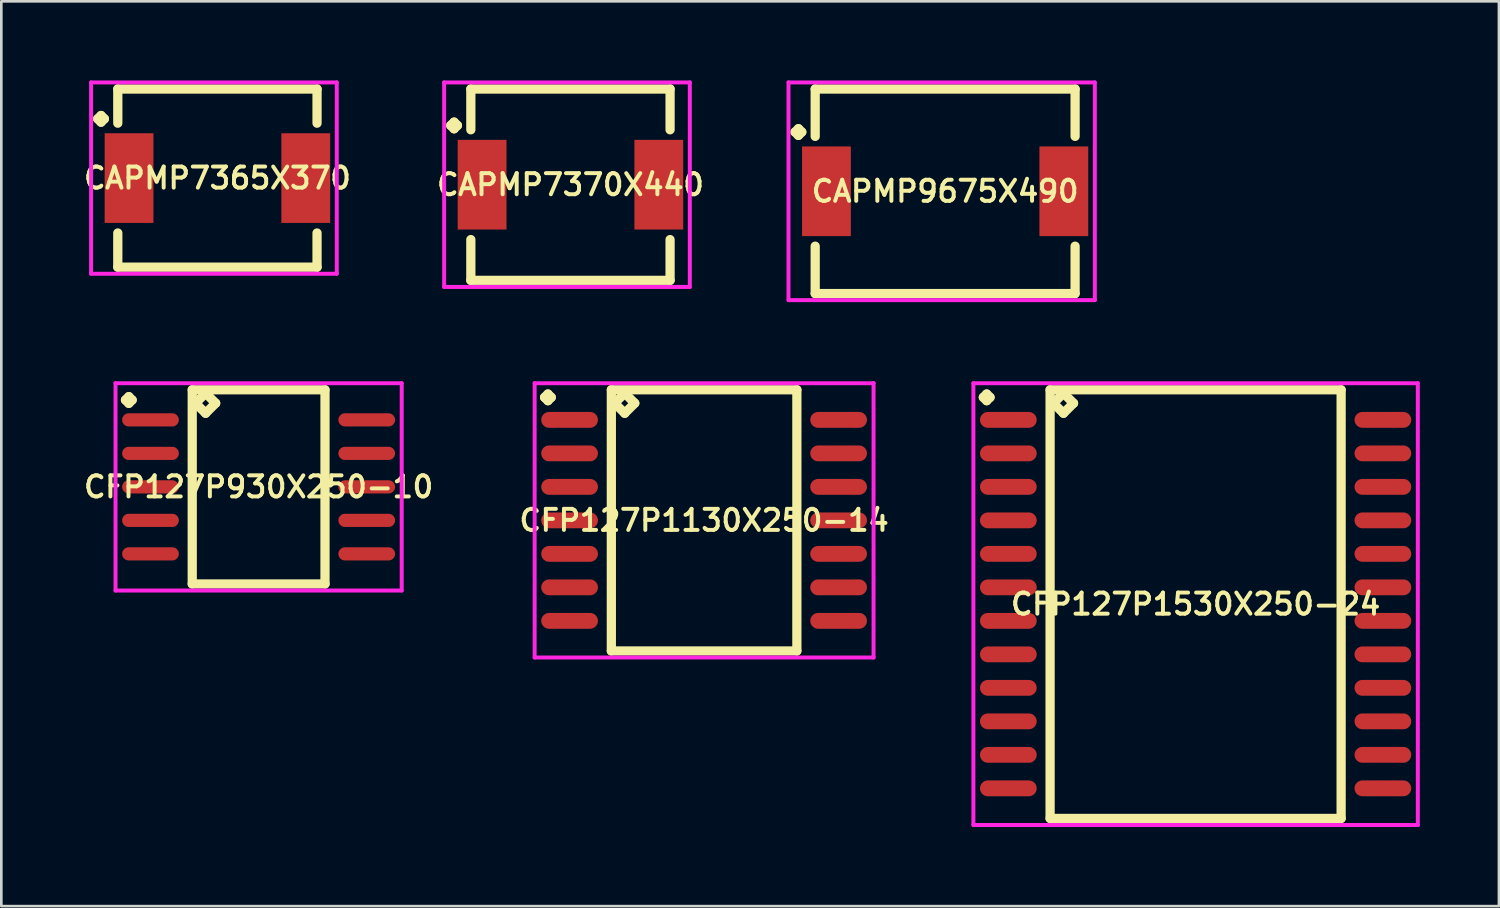
<source format=kicad_pcb>
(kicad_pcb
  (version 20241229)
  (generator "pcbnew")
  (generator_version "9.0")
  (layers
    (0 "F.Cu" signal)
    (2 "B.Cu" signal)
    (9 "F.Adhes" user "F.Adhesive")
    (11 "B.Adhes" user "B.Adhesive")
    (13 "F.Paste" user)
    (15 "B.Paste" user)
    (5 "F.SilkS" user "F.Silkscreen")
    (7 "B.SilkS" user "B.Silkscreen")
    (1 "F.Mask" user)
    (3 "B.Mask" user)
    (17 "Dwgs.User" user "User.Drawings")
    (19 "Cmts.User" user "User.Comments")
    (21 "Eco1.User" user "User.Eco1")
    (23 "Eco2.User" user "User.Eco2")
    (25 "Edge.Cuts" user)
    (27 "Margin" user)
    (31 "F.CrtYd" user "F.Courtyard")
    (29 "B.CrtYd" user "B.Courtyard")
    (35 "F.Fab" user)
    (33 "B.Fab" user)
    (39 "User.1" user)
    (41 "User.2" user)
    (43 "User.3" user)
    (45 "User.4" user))
  (footprint "CFP127P1530X250-24"
    (layer "F.Cu")
    (at 42.28 19.854)
    (property "Reference" "CFP127P1530X250-24" (at 0 0 0) (layer "F.SilkS") (effects (font (size 0.8 0.8) (thickness 0.15))))
    (attr smd)
    (fp_line (start -8.048 -7.839) (end -7.921 -7.966) (stroke (width 0.35) (type solid)) (layer "F.SilkS"))
    (fp_line (start -7.921 -7.966) (end -7.794 -7.839) (stroke (width 0.35) (type solid)) (layer "F.SilkS"))
    (fp_line (start -7.921 -7.712) (end -8.048 -7.839) (stroke (width 0.35) (type solid)) (layer "F.SilkS"))
    (fp_line (start -7.794 -7.839) (end -7.921 -7.712) (stroke (width 0.35) (type solid)) (layer "F.SilkS"))
    (fp_line (start -5.517 -8.125) (end -5.517 8.125) (stroke (width 0.35) (type solid)) (layer "F.SilkS"))
    (fp_line (start -5.517 8.125) (end 5.517 8.125) (stroke (width 0.35) (type solid)) (layer "F.SilkS"))
    (fp_line (start -5.39 -7.617) (end -5.009 -7.998) (stroke (width 0.35) (type solid)) (layer "F.SilkS"))
    (fp_line (start -5.009 -7.998) (end -4.628 -7.617) (stroke (width 0.35) (type solid)) (layer "F.SilkS"))
    (fp_line (start -5.009 -7.236) (end -5.39 -7.617) (stroke (width 0.35) (type solid)) (layer "F.SilkS"))
    (fp_line (start -4.628 -7.617) (end -5.009 -7.236) (stroke (width 0.35) (type solid)) (layer "F.SilkS"))
    (fp_line (start 5.517 -8.125) (end -5.517 -8.125) (stroke (width 0.35) (type solid)) (layer "F.SilkS"))
    (fp_line (start 5.517 8.125) (end 5.517 -8.125) (stroke (width 0.35) (type solid)) (layer "F.SilkS"))
    (fp_line (start -8.425 -8.375) (end 8.425 -8.375) (stroke (width 0.15) (type solid)) (layer "F.CrtYd"))
    (fp_line (start -8.425 8.375) (end -8.425 -8.375) (stroke (width 0.15) (type solid)) (layer "F.CrtYd"))
    (fp_line (start 8.425 -8.375) (end 8.425 8.375) (stroke (width 0.15) (type solid)) (layer "F.CrtYd"))
    (fp_line (start 8.425 8.375) (end -8.425 8.375) (stroke (width 0.15) (type solid)) (layer "F.CrtYd"))
    (pad "1" smd oval (at -7.1 -6.985) (size 2.15 0.6) (layers "F.Cu" "F.Mask" "F.Paste"))
    (pad "2" smd oval (at -7.1 -5.715) (size 2.15 0.6) (layers "F.Cu" "F.Mask" "F.Paste"))
    (pad "3" smd oval (at -7.1 -4.445) (size 2.15 0.6) (layers "F.Cu" "F.Mask" "F.Paste"))
    (pad "4" smd oval (at -7.1 -3.175) (size 2.15 0.6) (layers "F.Cu" "F.Mask" "F.Paste"))
    (pad "5" smd oval (at -7.1 -1.905) (size 2.15 0.6) (layers "F.Cu" "F.Mask" "F.Paste"))
    (pad "6" smd oval (at -7.1 -0.635) (size 2.15 0.6) (layers "F.Cu" "F.Mask" "F.Paste"))
    (pad "7" smd oval (at -7.1 0.635) (size 2.15 0.6) (layers "F.Cu" "F.Mask" "F.Paste"))
    (pad "8" smd oval (at -7.1 1.905) (size 2.15 0.6) (layers "F.Cu" "F.Mask" "F.Paste"))
    (pad "9" smd oval (at -7.1 3.175) (size 2.15 0.6) (layers "F.Cu" "F.Mask" "F.Paste"))
    (pad "10" smd oval (at -7.1 4.445) (size 2.15 0.6) (layers "F.Cu" "F.Mask" "F.Paste"))
    (pad "11" smd oval (at -7.1 5.715) (size 2.15 0.6) (layers "F.Cu" "F.Mask" "F.Paste"))
    (pad "12" smd oval (at -7.1 6.985) (size 2.15 0.6) (layers "F.Cu" "F.Mask" "F.Paste"))
    (pad "13" smd oval (at 7.1 6.985) (size 2.15 0.6) (layers "F.Cu" "F.Mask" "F.Paste"))
    (pad "14" smd oval (at 7.1 5.715) (size 2.15 0.6) (layers "F.Cu" "F.Mask" "F.Paste"))
    (pad "15" smd oval (at 7.1 4.445) (size 2.15 0.6) (layers "F.Cu" "F.Mask" "F.Paste"))
    (pad "16" smd oval (at 7.1 3.175) (size 2.15 0.6) (layers "F.Cu" "F.Mask" "F.Paste"))
    (pad "17" smd oval (at 7.1 1.905) (size 2.15 0.6) (layers "F.Cu" "F.Mask" "F.Paste"))
    (pad "18" smd oval (at 7.1 0.635) (size 2.15 0.6) (layers "F.Cu" "F.Mask" "F.Paste"))
    (pad "19" smd oval (at 7.1 -0.635) (size 2.15 0.6) (layers "F.Cu" "F.Mask" "F.Paste"))
    (pad "20" smd oval (at 7.1 -1.905) (size 2.15 0.6) (layers "F.Cu" "F.Mask" "F.Paste"))
    (pad "21" smd oval (at 7.1 -3.175) (size 2.15 0.6) (layers "F.Cu" "F.Mask" "F.Paste"))
    (pad "22" smd oval (at 7.1 -4.445) (size 2.15 0.6) (layers "F.Cu" "F.Mask" "F.Paste"))
    (pad "23" smd oval (at 7.1 -5.715) (size 2.15 0.6) (layers "F.Cu" "F.Mask" "F.Paste"))
    (pad "24" smd oval (at 7.1 -6.985) (size 2.15 0.6) (layers "F.Cu" "F.Mask" "F.Paste")))
  (footprint "CFP127P930X250-10"
    (layer "F.Cu")
    (at 6.755 15.409)
    (property "Reference" "CFP127P930X250-10" (at 0 0 0) (layer "F.SilkS") (effects (font (size 0.8 0.8) (thickness 0.15))))
    (attr smd)
    (fp_line (start -5.048 -3.294) (end -4.921 -3.421) (stroke (width 0.35) (type solid)) (layer "F.SilkS"))
    (fp_line (start -4.921 -3.421) (end -4.794 -3.294) (stroke (width 0.35) (type solid)) (layer "F.SilkS"))
    (fp_line (start -4.921 -3.167) (end -5.048 -3.294) (stroke (width 0.35) (type solid)) (layer "F.SilkS"))
    (fp_line (start -4.794 -3.294) (end -4.921 -3.167) (stroke (width 0.35) (type solid)) (layer "F.SilkS"))
    (fp_line (start -2.517 -3.68) (end -2.517 3.68) (stroke (width 0.35) (type solid)) (layer "F.SilkS"))
    (fp_line (start -2.517 3.68) (end 2.517 3.68) (stroke (width 0.35) (type solid)) (layer "F.SilkS"))
    (fp_line (start -2.39 -3.172) (end -2.009 -3.553) (stroke (width 0.35) (type solid)) (layer "F.SilkS"))
    (fp_line (start -2.009 -3.553) (end -1.628 -3.172) (stroke (width 0.35) (type solid)) (layer "F.SilkS"))
    (fp_line (start -2.009 -2.791) (end -2.39 -3.172) (stroke (width 0.35) (type solid)) (layer "F.SilkS"))
    (fp_line (start -1.628 -3.172) (end -2.009 -2.791) (stroke (width 0.35) (type solid)) (layer "F.SilkS"))
    (fp_line (start 2.517 -3.68) (end -2.517 -3.68) (stroke (width 0.35) (type solid)) (layer "F.SilkS"))
    (fp_line (start 2.517 3.68) (end 2.517 -3.68) (stroke (width 0.35) (type solid)) (layer "F.SilkS"))
    (fp_line (start -5.425 -3.93) (end 5.425 -3.93) (stroke (width 0.15) (type solid)) (layer "F.CrtYd"))
    (fp_line (start -5.425 3.93) (end -5.425 -3.93) (stroke (width 0.15) (type solid)) (layer "F.CrtYd"))
    (fp_line (start 5.425 -3.93) (end 5.425 3.93) (stroke (width 0.15) (type solid)) (layer "F.CrtYd"))
    (fp_line (start 5.425 3.93) (end -5.425 3.93) (stroke (width 0.15) (type solid)) (layer "F.CrtYd"))
    (pad "1" smd oval (at -4.1 -2.54) (size 2.15 0.5) (layers "F.Cu" "F.Mask" "F.Paste"))
    (pad "2" smd oval (at -4.1 -1.27) (size 2.15 0.5) (layers "F.Cu" "F.Mask" "F.Paste"))
    (pad "3" smd oval (at -4.1 0) (size 2.15 0.5) (layers "F.Cu" "F.Mask" "F.Paste"))
    (pad "4" smd oval (at -4.1 1.27) (size 2.15 0.5) (layers "F.Cu" "F.Mask" "F.Paste"))
    (pad "5" smd oval (at -4.1 2.54) (size 2.15 0.5) (layers "F.Cu" "F.Mask" "F.Paste"))
    (pad "6" smd oval (at 4.1 2.54) (size 2.15 0.5) (layers "F.Cu" "F.Mask" "F.Paste"))
    (pad "7" smd oval (at 4.1 1.27) (size 2.15 0.5) (layers "F.Cu" "F.Mask" "F.Paste"))
    (pad "8" smd oval (at 4.1 0) (size 2.15 0.5) (layers "F.Cu" "F.Mask" "F.Paste"))
    (pad "9" smd oval (at 4.1 -1.27) (size 2.15 0.5) (layers "F.Cu" "F.Mask" "F.Paste"))
    (pad "10" smd oval (at 4.1 -2.54) (size 2.15 0.5) (layers "F.Cu" "F.Mask" "F.Paste")))
  (footprint "CFP127P1130X250-14"
    (layer "F.Cu")
    (at 23.645 16.679)
    (property "Reference" "CFP127P1130X250-14" (at 0 0 0) (layer "F.SilkS") (effects (font (size 0.8 0.8) (thickness 0.15))))
    (attr through_hole)
    (fp_line (start -6.048 -4.664) (end -5.921 -4.791) (stroke (width 0.35) (type solid)) (layer "F.SilkS"))
    (fp_line (start -5.921 -4.791) (end -5.794 -4.664) (stroke (width 0.35) (type solid)) (layer "F.SilkS"))
    (fp_line (start -5.921 -4.537) (end -6.048 -4.664) (stroke (width 0.35) (type solid)) (layer "F.SilkS"))
    (fp_line (start -5.794 -4.664) (end -5.921 -4.537) (stroke (width 0.35) (type solid)) (layer "F.SilkS"))
    (fp_line (start -3.517 -4.95) (end -3.517 4.95) (stroke (width 0.35) (type solid)) (layer "F.SilkS"))
    (fp_line (start -3.517 4.95) (end 3.517 4.95) (stroke (width 0.35) (type solid)) (layer "F.SilkS"))
    (fp_line (start -3.39 -4.442) (end -3.009 -4.823) (stroke (width 0.35) (type solid)) (layer "F.SilkS"))
    (fp_line (start -3.009 -4.823) (end -2.628 -4.442) (stroke (width 0.35) (type solid)) (layer "F.SilkS"))
    (fp_line (start -3.009 -4.061) (end -3.39 -4.442) (stroke (width 0.35) (type solid)) (layer "F.SilkS"))
    (fp_line (start -2.628 -4.442) (end -3.009 -4.061) (stroke (width 0.35) (type solid)) (layer "F.SilkS"))
    (fp_line (start 3.517 -4.95) (end -3.517 -4.95) (stroke (width 0.35) (type solid)) (layer "F.SilkS"))
    (fp_line (start 3.517 4.95) (end 3.517 -4.95) (stroke (width 0.35) (type solid)) (layer "F.SilkS"))
    (fp_line (start -6.425 -5.2) (end 6.425 -5.2) (stroke (width 0.15) (type solid)) (layer "F.CrtYd"))
    (fp_line (start -6.425 5.2) (end -6.425 -5.2) (stroke (width 0.15) (type solid)) (layer "F.CrtYd"))
    (fp_line (start 6.425 -5.2) (end 6.425 5.2) (stroke (width 0.15) (type solid)) (layer "F.CrtYd"))
    (fp_line (start 6.425 5.2) (end -6.425 5.2) (stroke (width 0.15) (type solid)) (layer "F.CrtYd"))
    (pad "1" smd oval (at -5.1 -3.81) (size 2.15 0.6) (layers "F.Cu" "F.Mask" "F.Paste"))
    (pad "2" smd oval (at -5.1 -2.54) (size 2.15 0.6) (layers "F.Cu" "F.Mask" "F.Paste"))
    (pad "3" smd oval (at -5.1 -1.27) (size 2.15 0.6) (layers "F.Cu" "F.Mask" "F.Paste"))
    (pad "4" smd oval (at -5.1 0) (size 2.15 0.6) (layers "F.Cu" "F.Mask" "F.Paste"))
    (pad "5" smd oval (at -5.1 1.27) (size 2.15 0.6) (layers "F.Cu" "F.Mask" "F.Paste"))
    (pad "6" smd oval (at -5.1 2.54) (size 2.15 0.6) (layers "F.Cu" "F.Mask" "F.Paste"))
    (pad "7" smd oval (at -5.1 3.81) (size 2.15 0.6) (layers "F.Cu" "F.Mask" "F.Paste"))
    (pad "8" smd oval (at 5.1 3.81) (size 2.15 0.6) (layers "F.Cu" "F.Mask" "F.Paste"))
    (pad "9" smd oval (at 5.1 2.54) (size 2.15 0.6) (layers "F.Cu" "F.Mask" "F.Paste"))
    (pad "10" smd oval (at 5.1 1.27) (size 2.15 0.6) (layers "F.Cu" "F.Mask" "F.Paste"))
    (pad "11" smd oval (at 5.1 0) (size 2.15 0.6) (layers "F.Cu" "F.Mask" "F.Paste"))
    (pad "12" smd oval (at 5.1 -1.27) (size 2.15 0.6) (layers "F.Cu" "F.Mask" "F.Paste"))
    (pad "13" smd oval (at 5.1 -2.54) (size 2.15 0.6) (layers "F.Cu" "F.Mask" "F.Paste"))
    (pad "14" smd oval (at 5.1 -3.81) (size 2.15 0.6) (layers "F.Cu" "F.Mask" "F.Paste")))
  (footprint "CAPMP7365X370"
    (layer "F.Cu")
    (at 5.193 3.702)
    (property "Reference" "CAPMP7365X370" (at 0 0 0) (layer "F.SilkS") (effects (font (size 0.8 0.8) (thickness 0.15))))
    (attr smd)
    (fp_line (start -4.539 -2.246) (end -4.412 -2.373) (stroke (width 0.35) (type solid)) (layer "F.SilkS"))
    (fp_line (start -4.412 -2.373) (end -4.285 -2.246) (stroke (width 0.35) (type solid)) (layer "F.SilkS"))
    (fp_line (start -4.412 -2.119) (end -4.539 -2.246) (stroke (width 0.35) (type solid)) (layer "F.SilkS"))
    (fp_line (start -4.285 -2.246) (end -4.412 -2.119) (stroke (width 0.35) (type solid)) (layer "F.SilkS"))
    (fp_line (start -3.777 -3.377) (end 3.777 -3.377) (stroke (width 0.35) (type solid)) (layer "F.SilkS"))
    (fp_line (start -3.777 -2.081) (end -3.777 -3.377) (stroke (width 0.35) (type solid)) (layer "F.SilkS"))
    (fp_line (start -3.777 2.081) (end -3.777 3.377) (stroke (width 0.35) (type solid)) (layer "F.SilkS"))
    (fp_line (start -3.777 3.377) (end 3.777 3.377) (stroke (width 0.35) (type solid)) (layer "F.SilkS"))
    (fp_line (start 3.777 -3.377) (end 3.777 -2.081) (stroke (width 0.35) (type solid)) (layer "F.SilkS"))
    (fp_line (start 3.777 3.377) (end 3.777 2.081) (stroke (width 0.35) (type solid)) (layer "F.SilkS"))
    (fp_line (start -4.789 -3.627) (end 4.525 -3.627) (stroke (width 0.15) (type solid)) (layer "F.CrtYd"))
    (fp_line (start -4.789 3.627) (end -4.789 -3.627) (stroke (width 0.15) (type solid)) (layer "F.CrtYd"))
    (fp_line (start 4.525 -3.627) (end 4.525 3.627) (stroke (width 0.15) (type solid)) (layer "F.CrtYd"))
    (fp_line (start 4.525 3.627) (end -4.789 3.627) (stroke (width 0.15) (type solid)) (layer "F.CrtYd"))
    (pad "1" smd rect (at -3.35 0) (size 1.85 3.4) (layers "F.Cu" "F.Mask" "F.Paste"))
    (pad "2" smd rect (at 3.35 0) (size 1.85 3.4) (layers "F.Cu" "F.Mask" "F.Paste")))
  (footprint "CAPMP9675X490"
    (layer "F.Cu")
    (at 32.784 4.202)
    (property "Reference" "CAPMP9675X490" (at 0 0 0) (layer "F.SilkS") (effects (font (size 0.8 0.8) (thickness 0.15))))
    (attr through_hole)
    (fp_line (start -5.689 -2.246) (end -5.562 -2.373) (stroke (width 0.35) (type solid)) (layer "F.SilkS"))
    (fp_line (start -5.562 -2.373) (end -5.435 -2.246) (stroke (width 0.35) (type solid)) (layer "F.SilkS"))
    (fp_line (start -5.562 -2.119) (end -5.689 -2.246) (stroke (width 0.35) (type solid)) (layer "F.SilkS"))
    (fp_line (start -5.435 -2.246) (end -5.562 -2.119) (stroke (width 0.35) (type solid)) (layer "F.SilkS"))
    (fp_line (start -4.927 -3.877) (end 4.927 -3.877) (stroke (width 0.35) (type solid)) (layer "F.SilkS"))
    (fp_line (start -4.927 -2.081) (end -4.927 -3.877) (stroke (width 0.35) (type solid)) (layer "F.SilkS"))
    (fp_line (start -4.927 2.081) (end -4.927 3.877) (stroke (width 0.35) (type solid)) (layer "F.SilkS"))
    (fp_line (start -4.927 3.877) (end 4.927 3.877) (stroke (width 0.35) (type solid)) (layer "F.SilkS"))
    (fp_line (start 4.927 -3.877) (end 4.927 -2.081) (stroke (width 0.35) (type solid)) (layer "F.SilkS"))
    (fp_line (start 4.927 3.877) (end 4.927 2.081) (stroke (width 0.35) (type solid)) (layer "F.SilkS"))
    (fp_line (start -5.939 -4.127) (end 5.675 -4.127) (stroke (width 0.15) (type solid)) (layer "F.CrtYd"))
    (fp_line (start -5.939 4.127) (end -5.939 -4.127) (stroke (width 0.15) (type solid)) (layer "F.CrtYd"))
    (fp_line (start 5.675 -4.127) (end 5.675 4.127) (stroke (width 0.15) (type solid)) (layer "F.CrtYd"))
    (fp_line (start 5.675 4.127) (end -5.939 4.127) (stroke (width 0.15) (type solid)) (layer "F.CrtYd"))
    (pad "1" smd rect (at -4.5 0) (size 1.85 3.4) (layers "F.Cu" "F.Mask" "F.Paste"))
    (pad "2" smd rect (at 4.5 0) (size 1.85 3.4) (layers "F.Cu" "F.Mask" "F.Paste")))
  (footprint "CAPMP7370X440"
    (layer "F.Cu")
    (at 18.578 3.952)
    (property "Reference" "CAPMP7370X440" (at 0 0 0) (layer "F.SilkS") (effects (font (size 0.8 0.8) (thickness 0.15))))
    (attr through_hole)
    (fp_line (start -4.539 -2.246) (end -4.412 -2.373) (stroke (width 0.35) (type solid)) (layer "F.SilkS"))
    (fp_line (start -4.412 -2.373) (end -4.285 -2.246) (stroke (width 0.35) (type solid)) (layer "F.SilkS"))
    (fp_line (start -4.412 -2.119) (end -4.539 -2.246) (stroke (width 0.35) (type solid)) (layer "F.SilkS"))
    (fp_line (start -4.285 -2.246) (end -4.412 -2.119) (stroke (width 0.35) (type solid)) (layer "F.SilkS"))
    (fp_line (start -3.777 -3.627) (end 3.777 -3.627) (stroke (width 0.35) (type solid)) (layer "F.SilkS"))
    (fp_line (start -3.777 -2.081) (end -3.777 -3.627) (stroke (width 0.35) (type solid)) (layer "F.SilkS"))
    (fp_line (start -3.777 2.081) (end -3.777 3.627) (stroke (width 0.35) (type solid)) (layer "F.SilkS"))
    (fp_line (start -3.777 3.627) (end 3.777 3.627) (stroke (width 0.35) (type solid)) (layer "F.SilkS"))
    (fp_line (start 3.777 -3.627) (end 3.777 -2.081) (stroke (width 0.35) (type solid)) (layer "F.SilkS"))
    (fp_line (start 3.777 3.627) (end 3.777 2.081) (stroke (width 0.35) (type solid)) (layer "F.SilkS"))
    (fp_line (start -4.789 -3.877) (end 4.525 -3.877) (stroke (width 0.15) (type solid)) (layer "F.CrtYd"))
    (fp_line (start -4.789 3.877) (end -4.789 -3.877) (stroke (width 0.15) (type solid)) (layer "F.CrtYd"))
    (fp_line (start 4.525 -3.877) (end 4.525 3.877) (stroke (width 0.15) (type solid)) (layer "F.CrtYd"))
    (fp_line (start 4.525 3.877) (end -4.789 3.877) (stroke (width 0.15) (type solid)) (layer "F.CrtYd"))
    (pad "1" smd rect (at -3.35 0) (size 1.85 3.4) (layers "F.Cu" "F.Mask" "F.Paste"))
    (pad "2" smd rect (at 3.35 0) (size 1.85 3.4) (layers "F.Cu" "F.Mask" "F.Paste")))
  (gr_rect
    (start -3 -3)
    (end 53.78 31.304)
    (stroke (width 0.1) (type default))
    (fill no)
    (layer "Edge.Cuts")))
</source>
